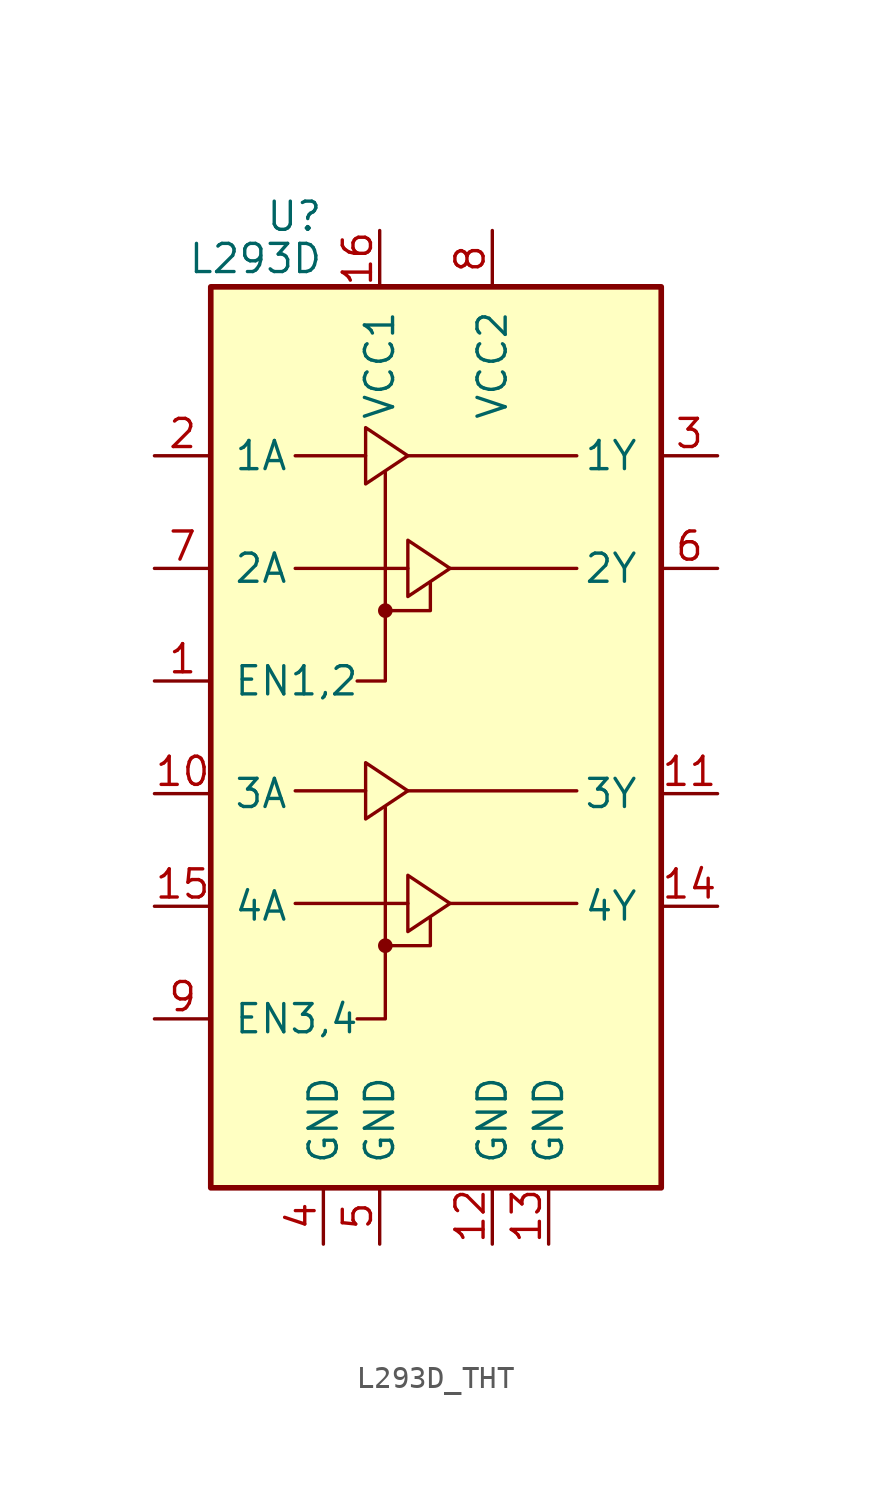
<source format=kicad_sym>
(kicad_symbol_lib
  (version 20231120)
  (generator "kicad_symbol_editor")
  (generator_version "8.0")
  (symbol "L293D_THT"
    (pin_names
      (offset 1.016))
    (property "Reference" "U"
      (at -5.08 26.035 0)
      (effects (font (size 1.27 1.27)) (justify right)))
    (property "Value" "L293D"
      (at -5.08 24.13 0)
      (effects (font (size 1.27 1.27)) (justify right)))
    (symbol "L293D_THT_0_1"
      (rectangle (start -10.16 22.86) (end 10.16 -17.78) (stroke (width 0.254) (type default)) (fill (type background)))
      (circle (center -2.286 -6.858) (radius 0.254) (stroke (width 0) (type default)) (fill (type outline)))
      (circle (center -2.286 8.255) (radius 0.254) (stroke (width 0) (type default)) (fill (type outline)))
      (polyline (pts (xy -6.35 -4.953) (xy -1.27 -4.953)) (stroke (width 0) (type default)) (fill (type none)))
      (polyline (pts (xy -6.35 0.127) (xy -3.175 0.127)) (stroke (width 0) (type default)) (fill (type none)))
      (polyline (pts (xy -6.35 10.16) (xy -1.27 10.16)) (stroke (width 0) (type default)) (fill (type none)))
      (polyline (pts (xy -6.35 15.24) (xy -3.175 15.24)) (stroke (width 0) (type default)) (fill (type none)))
      (polyline (pts (xy -1.27 0.127) (xy 6.35 0.127)) (stroke (width 0) (type default)) (fill (type none)))
      (polyline (pts (xy -1.27 15.24) (xy 6.35 15.24)) (stroke (width 0) (type default)) (fill (type none)))
      (polyline (pts (xy 0.635 -4.953) (xy 6.35 -4.953)) (stroke (width 0) (type default)) (fill (type none)))
      (polyline (pts (xy 0.635 10.16) (xy 6.35 10.16)) (stroke (width 0) (type default)) (fill (type none)))
      (polyline (pts (xy -2.286 -6.858) (xy -0.254 -6.858) (xy -0.254 -5.588)) (stroke (width 0) (type default)) (fill (type none)))
      (polyline (pts (xy -2.286 -0.635) (xy -2.286 -10.16) (xy -3.556 -10.16)) (stroke (width 0) (type default)) (fill (type none)))
      (polyline (pts (xy -2.286 8.255) (xy -0.254 8.255) (xy -0.254 9.525)) (stroke (width 0) (type default)) (fill (type none)))
      (polyline (pts (xy -2.286 14.478) (xy -2.286 5.08) (xy -3.556 5.08)) (stroke (width 0) (type default)) (fill (type none)))
      (polyline (pts (xy -3.175 1.397) (xy -3.175 -1.143) (xy -1.27 0.127) (xy -3.175 1.397)) (stroke (width 0) (type default)) (fill (type none)))
      (polyline (pts (xy -3.175 16.51) (xy -3.175 13.97) (xy -1.27 15.24) (xy -3.175 16.51)) (stroke (width 0) (type default)) (fill (type none)))
      (polyline (pts (xy -1.27 -3.683) (xy -1.27 -6.223) (xy 0.635 -4.953) (xy -1.27 -3.683)) (stroke (width 0) (type default)) (fill (type none)))
      (polyline (pts (xy -1.27 11.43) (xy -1.27 8.89) (xy 0.635 10.16) (xy -1.27 11.43)) (stroke (width 0) (type default)) (fill (type none))))
    (symbol "L293D_THT_1_1"
      (pin input line (at -12.7 5.08 0) (length 2.54) (name "EN1,2" (effects (font (size 1.27 1.27)))) (number "1" (effects (font (size 1.27 1.27)))))
      (pin input line (at -12.7 0 0) (length 2.54) (name "3A" (effects (font (size 1.27 1.27)))) (number "10" (effects (font (size 1.27 1.27)))))
      (pin output line (at 12.7 0 180) (length 2.54) (name "3Y" (effects (font (size 1.27 1.27)))) (number "11" (effects (font (size 1.27 1.27)))))
      (pin power_in line (at 2.54 -20.32 90) (length 2.54) (name "GND" (effects (font (size 1.27 1.27)))) (number "12" (effects (font (size 1.27 1.27)))))
      (pin power_in line (at 5.08 -20.32 90) (length 2.54) (name "GND" (effects (font (size 1.27 1.27)))) (number "13" (effects (font (size 1.27 1.27)))))
      (pin output line (at 12.7 -5.08 180) (length 2.54) (name "4Y" (effects (font (size 1.27 1.27)))) (number "14" (effects (font (size 1.27 1.27)))))
      (pin input line (at -12.7 -5.08 0) (length 2.54) (name "4A" (effects (font (size 1.27 1.27)))) (number "15" (effects (font (size 1.27 1.27)))))
      (pin power_in line (at -2.54 25.4 270) (length 2.54) (name "VCC1" (effects (font (size 1.27 1.27)))) (number "16" (effects (font (size 1.27 1.27)))))
      (pin input line (at -12.7 15.24 0) (length 2.54) (name "1A" (effects (font (size 1.27 1.27)))) (number "2" (effects (font (size 1.27 1.27)))))
      (pin output line (at 12.7 15.24 180) (length 2.54) (name "1Y" (effects (font (size 1.27 1.27)))) (number "3" (effects (font (size 1.27 1.27)))))
      (pin power_in line (at -5.08 -20.32 90) (length 2.54) (name "GND" (effects (font (size 1.27 1.27)))) (number "4" (effects (font (size 1.27 1.27)))))
      (pin power_in line (at -2.54 -20.32 90) (length 2.54) (name "GND" (effects (font (size 1.27 1.27)))) (number "5" (effects (font (size 1.27 1.27)))))
      (pin output line (at 12.7 10.16 180) (length 2.54) (name "2Y" (effects (font (size 1.27 1.27)))) (number "6" (effects (font (size 1.27 1.27)))))
      (pin input line (at -12.7 10.16 0) (length 2.54) (name "2A" (effects (font (size 1.27 1.27)))) (number "7" (effects (font (size 1.27 1.27)))))
      (pin power_in line (at 2.54 25.4 270) (length 2.54) (name "VCC2" (effects (font (size 1.27 1.27)))) (number "8" (effects (font (size 1.27 1.27)))))
      (pin input line (at -12.7 -10.16 0) (length 2.54) (name "EN3,4" (effects (font (size 1.27 1.27)))) (number "9" (effects (font (size 1.27 1.27))))))))
</source>
